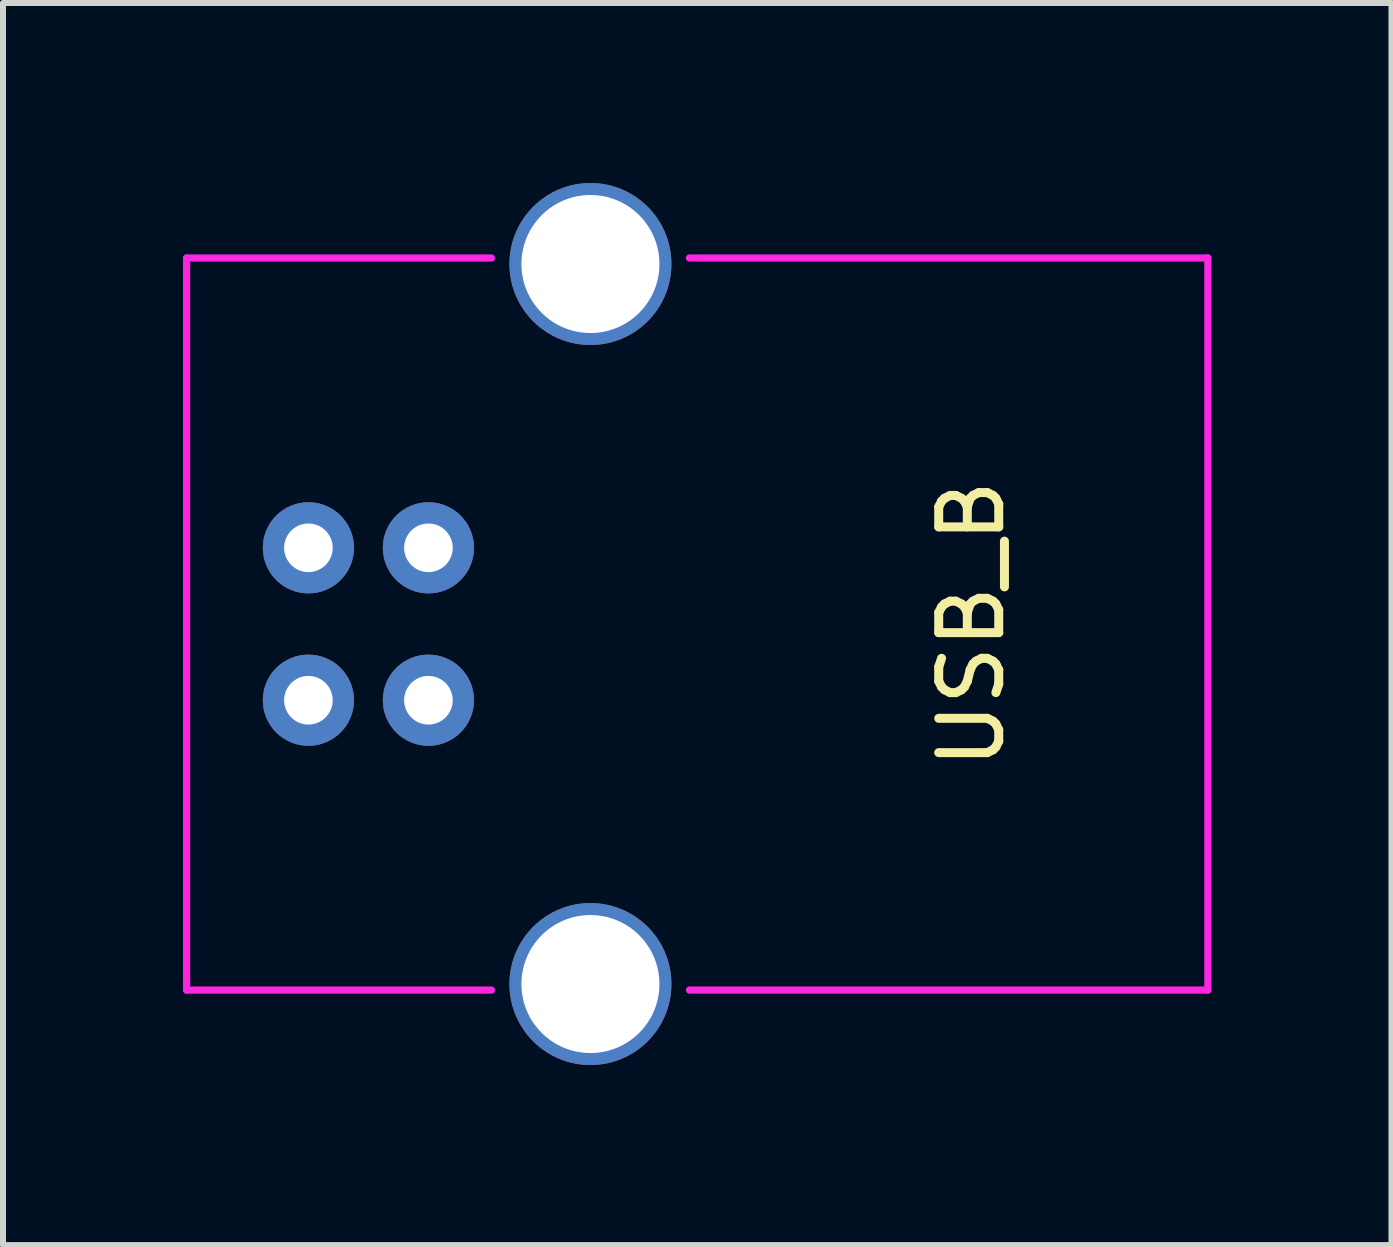
<source format=kicad_pcb>
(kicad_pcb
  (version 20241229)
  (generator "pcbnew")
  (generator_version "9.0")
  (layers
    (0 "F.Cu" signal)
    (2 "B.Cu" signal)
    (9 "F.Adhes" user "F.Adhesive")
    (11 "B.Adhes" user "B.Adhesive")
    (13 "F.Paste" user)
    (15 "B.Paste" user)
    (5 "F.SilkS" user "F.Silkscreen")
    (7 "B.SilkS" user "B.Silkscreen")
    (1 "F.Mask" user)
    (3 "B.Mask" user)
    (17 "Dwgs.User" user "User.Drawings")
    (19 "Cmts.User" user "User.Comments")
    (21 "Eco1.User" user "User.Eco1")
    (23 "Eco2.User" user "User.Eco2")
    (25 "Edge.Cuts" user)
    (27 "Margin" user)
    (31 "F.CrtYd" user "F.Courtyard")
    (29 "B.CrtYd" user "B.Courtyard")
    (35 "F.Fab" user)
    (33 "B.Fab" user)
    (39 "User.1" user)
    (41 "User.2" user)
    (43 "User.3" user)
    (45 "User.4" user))
  (footprint "USB_B"
    (layer "F.Cu")
    (at 2.09 6.08)
    (property "Reference" "USB_B" (at 11.05 1.27 90) (layer "F.SilkS") (effects (font (size 1 1) (thickness 0.15))))
    (attr through_hole)
    (fp_line (start -2.03 -4.83) (end 3.05 -4.83) (stroke (width 0.12) (type solid)) (layer "F.CrtYd"))
    (fp_line (start -2.03 7.37) (end -2.03 -4.83) (stroke (width 0.12) (type solid)) (layer "F.CrtYd"))
    (fp_line (start -2.03 7.37) (end 3.05 7.37) (stroke (width 0.12) (type solid)) (layer "F.CrtYd"))
    (fp_line (start 6.35 -4.83) (end 14.99 -4.83) (stroke (width 0.12) (type solid)) (layer "F.CrtYd"))
    (fp_line (start 6.35 7.37) (end 14.99 7.37) (stroke (width 0.12) (type solid)) (layer "F.CrtYd"))
    (fp_line (start 14.99 -4.83) (end 14.99 7.37) (stroke (width 0.12) (type solid)) (layer "F.CrtYd"))
    (pad "1" thru_hole circle (at 0 0 270) (size 1.52 1.52) (drill 0.81) (layers "*.Cu" "*.Mask"))
    (pad "2" thru_hole circle (at 0 2.54 270) (size 1.52 1.52) (drill 0.81) (layers "*.Cu" "*.Mask"))
    (pad "3" thru_hole circle (at 2 2.54 270) (size 1.52 1.52) (drill 0.81) (layers "*.Cu" "*.Mask"))
    (pad "4" thru_hole circle (at 2 0 270) (size 1.52 1.52) (drill 0.81) (layers "*.Cu" "*.Mask"))
    (pad "5" thru_hole circle (at 4.7 -4.73 270) (size 2.7 2.7) (drill 2.3) (layers "*.Cu" "*.Mask"))
    (pad "5" thru_hole circle (at 4.7 7.27 270) (size 2.7 2.7) (drill 2.3) (layers "*.Cu" "*.Mask")))
  (gr_rect
    (start -3 -3)
    (end 20.14 17.7)
    (stroke (width 0.1) (type default))
    (fill no)
    (layer "Edge.Cuts")))
</source>
